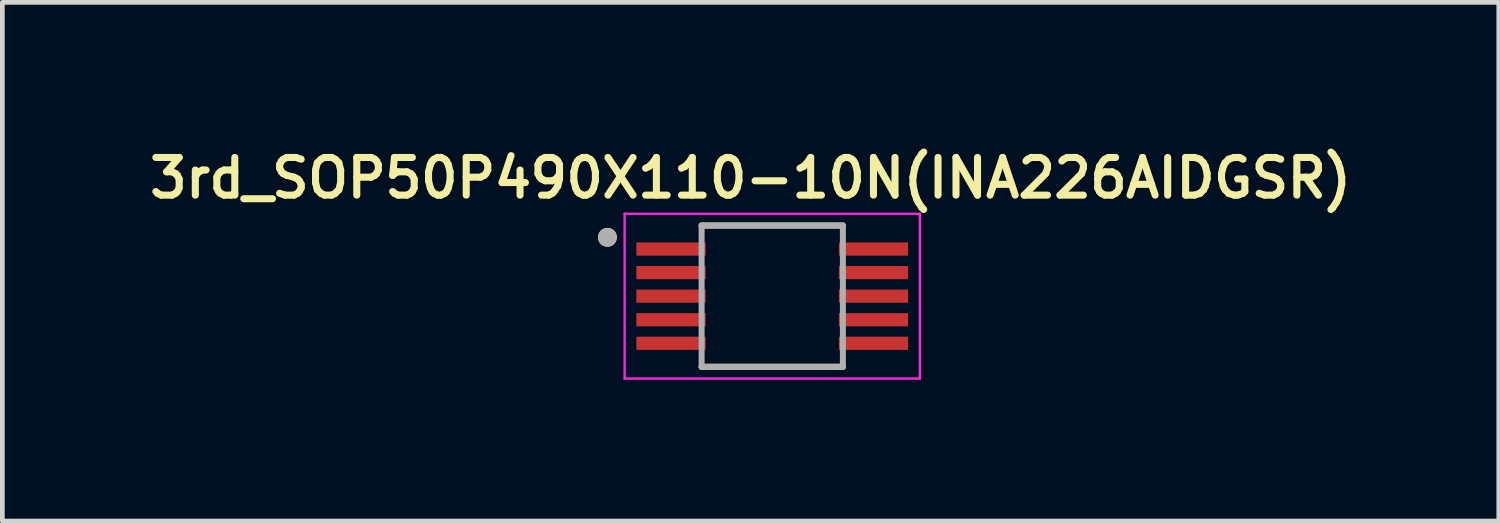
<source format=kicad_pcb>
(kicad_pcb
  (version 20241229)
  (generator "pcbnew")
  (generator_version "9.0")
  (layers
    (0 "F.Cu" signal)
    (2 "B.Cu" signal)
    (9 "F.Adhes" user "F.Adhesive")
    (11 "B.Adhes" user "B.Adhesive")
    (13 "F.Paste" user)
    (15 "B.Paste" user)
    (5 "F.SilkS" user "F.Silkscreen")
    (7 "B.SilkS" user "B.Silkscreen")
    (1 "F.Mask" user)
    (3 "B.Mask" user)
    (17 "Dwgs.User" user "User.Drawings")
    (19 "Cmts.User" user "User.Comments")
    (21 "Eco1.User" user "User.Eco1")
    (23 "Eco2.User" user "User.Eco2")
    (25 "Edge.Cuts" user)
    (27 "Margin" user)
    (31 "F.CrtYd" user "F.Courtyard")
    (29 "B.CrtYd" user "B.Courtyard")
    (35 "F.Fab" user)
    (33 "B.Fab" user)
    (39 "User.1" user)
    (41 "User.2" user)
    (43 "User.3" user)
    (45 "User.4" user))
  (footprint "3rd_SOP50P490X110-10N(INA226AIDGSR)"
    (layer "F.Cu")
    (at 13.348 3.239)
    (property "Reference" "3rd_SOP50P490X110-10N(INA226AIDGSR)" (at -0.46 -2.508 0) (layer "F.SilkS") (effects (font (size 0.8 0.8) (thickness 0.15))))
    (attr through_hole)
    (fp_line (start -1.5 -1.5) (end 1.5 -1.5) (stroke (width 0.127) (type solid)) (layer "F.SilkS"))
    (fp_line (start -1.5 1.5) (end 1.5 1.5) (stroke (width 0.127) (type solid)) (layer "F.SilkS"))
    (fp_circle (center -3.5 -1.25) (end -3.4 -1.25) (stroke (width 0.2) (type solid)) (fill no) (layer "F.SilkS"))
    (fp_line (start -3.135 -1.75) (end -3.135 1.75) (stroke (width 0.05) (type solid)) (layer "F.CrtYd"))
    (fp_line (start -3.135 -1.75) (end 3.135 -1.75) (stroke (width 0.05) (type solid)) (layer "F.CrtYd"))
    (fp_line (start -3.135 1.75) (end 3.135 1.75) (stroke (width 0.05) (type solid)) (layer "F.CrtYd"))
    (fp_line (start 3.135 -1.75) (end 3.135 1.75) (stroke (width 0.05) (type solid)) (layer "F.CrtYd"))
    (fp_line (start -1.5 -1.5) (end -1.5 1.5) (stroke (width 0.127) (type solid)) (layer "F.Fab"))
    (fp_line (start -1.5 -1.5) (end 1.5 -1.5) (stroke (width 0.127) (type solid)) (layer "F.Fab"))
    (fp_line (start -1.5 1.5) (end 1.5 1.5) (stroke (width 0.127) (type solid)) (layer "F.Fab"))
    (fp_line (start 1.5 -1.5) (end 1.5 1.5) (stroke (width 0.127) (type solid)) (layer "F.Fab"))
    (fp_circle (center -3.5 -1.25) (end -3.4 -1.25) (stroke (width 0.2) (type solid)) (fill no) (layer "F.Fab"))
    (pad "1" smd roundrect (at -2.15 -1) (size 1.47 0.28) (layers "F.Cu" "F.Mask" "F.Paste") (roundrect_rratio 0.04))
    (pad "2" smd roundrect (at -2.15 -0.5) (size 1.47 0.28) (layers "F.Cu" "F.Mask" "F.Paste") (roundrect_rratio 0.04))
    (pad "3" smd roundrect (at -2.15 0) (size 1.47 0.28) (layers "F.Cu" "F.Mask" "F.Paste") (roundrect_rratio 0.04))
    (pad "4" smd roundrect (at -2.15 0.5) (size 1.47 0.28) (layers "F.Cu" "F.Mask" "F.Paste") (roundrect_rratio 0.04))
    (pad "5" smd roundrect (at -2.15 1) (size 1.47 0.28) (layers "F.Cu" "F.Mask" "F.Paste") (roundrect_rratio 0.04))
    (pad "6" smd roundrect (at 2.15 1) (size 1.47 0.28) (layers "F.Cu" "F.Mask" "F.Paste") (roundrect_rratio 0.04))
    (pad "7" smd roundrect (at 2.15 0.5) (size 1.47 0.28) (layers "F.Cu" "F.Mask" "F.Paste") (roundrect_rratio 0.04))
    (pad "8" smd roundrect (at 2.15 0) (size 1.47 0.28) (layers "F.Cu" "F.Mask" "F.Paste") (roundrect_rratio 0.04))
    (pad "9" smd roundrect (at 2.15 -0.5) (size 1.47 0.28) (layers "F.Cu" "F.Mask" "F.Paste") (roundrect_rratio 0.04))
    (pad "10" smd roundrect (at 2.15 -1) (size 1.47 0.28) (layers "F.Cu" "F.Mask" "F.Paste") (roundrect_rratio 0.04)))
  (gr_rect
    (start -3 -3)
    (end 28.776 8.014)
    (stroke (width 0.1) (type default))
    (fill no)
    (layer "Edge.Cuts")))
</source>
